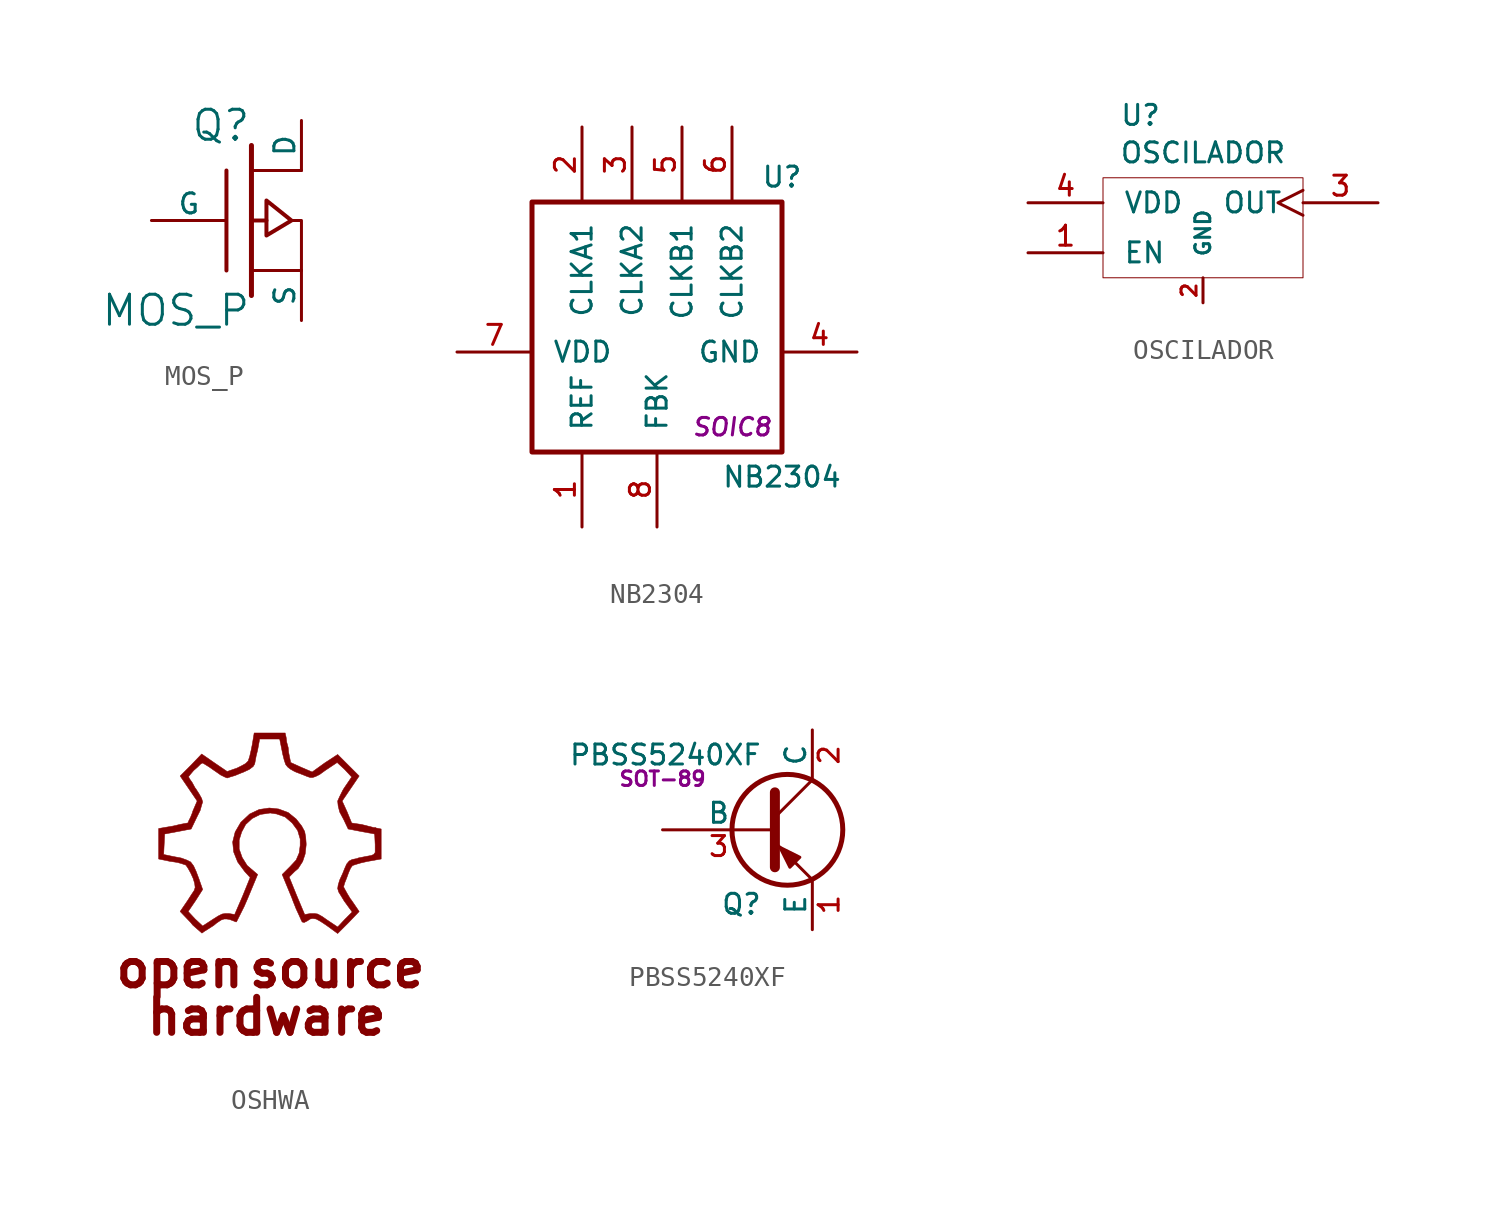
<source format=kicad_sym>
(kicad_symbol_lib
  (version 20231120)
  (generator "kicad_symbol_editor")
  (generator_version "8.0")
  (symbol "MOS_P"
    (pin_numbers hide)
    (pin_names
      (offset 0))
    (property "Reference" "Q"
      (at 0 4.826 0)
      (effects (font (size 1.524 1.524)) (justify right)))
    (property "Value" "MOS_P"
      (at 0 -4.572 0)
      (effects (font (size 1.524 1.524)) (justify right)))
    (property "Footprint" ""
      (at 0 0 0)
      (effects (font (size 1.524 1.524))))
    (property "Datasheet" ""
      (at 0 0 0)
      (effects (font (size 1.524 1.524))))
    (symbol "MOS_P_0_1"
      (polyline (pts (xy -1.27 -2.54) (xy -1.27 2.54)) (stroke (width 0.203) (type solid)) (fill (type none)))
      (polyline (pts (xy 0 -3.81) (xy 0 3.81)) (stroke (width 0.254) (type solid)) (fill (type none)))
      (polyline (pts (xy 0.762 0) (xy 0 0)) (stroke (width 0.203) (type solid)) (fill (type none)))
      (polyline (pts (xy 2.54 -2.54) (xy 0 -2.54)) (stroke (width 0) (type solid)) (fill (type none)))
      (polyline (pts (xy 2.54 2.54) (xy 0 2.54)) (stroke (width 0) (type solid)) (fill (type none)))
      (polyline (pts (xy 2.032 0) (xy 2.54 0) (xy 2.54 -2.54)) (stroke (width 0) (type solid)) (fill (type none)))
      (polyline (pts (xy 0.762 1.016) (xy 0.762 -0.762) (xy 2.032 0) (xy 0.762 1.016) (xy 0.762 1.016)) (stroke (width 0.203) (type solid)) (fill (type none))))
    (symbol "MOS_P_1_1"
      (pin passive line (at -5.08 0 0) (length 3.81) (name "G" (effects (font (size 1.016 1.016)))) (number "1" (effects (font (size 1.016 1.016)))))
      (pin passive line (at 2.54 -5.08 90) (length 2.54) (name "S" (effects (font (size 1.016 1.016)))) (number "2" (effects (font (size 1.016 1.016)))))
      (pin passive line (at 2.54 5.08 270) (length 2.54) (name "D" (effects (font (size 1.016 1.016)))) (number "3" (effects (font (size 1.016 1.016)))))))
  (symbol "NB2304"
    (pin_names
      (offset 1.016))
    (property "Reference" "U"
      (at 6.35 6.35 0)
      (effects (font (size 1.016 1.016))))
    (property "Value" "NB2304"
      (at 6.35 -8.89 0)
      (effects (font (size 1.016 1.016))))
    (property "Footprint" "SOIC8"
      (at 3.81 -6.35 0)
      (effects (font (size 0.889 0.889) (italic yes))))
    (property "Datasheet" ""
      (at 0 0 0)
      (effects (font (size 1.524 1.524))))
    (symbol "NB2304_0_1"
      (rectangle (start -6.35 5.08) (end 6.35 -7.62) (stroke (width 0.254) (type solid)) (fill (type none))))
    (symbol "NB2304_1_1"
      (pin input line (at -3.81 -11.43 90) (length 3.81) (name "REF" (effects (font (size 1.016 1.016)))) (number "1" (effects (font (size 1.016 1.016)))))
      (pin output line (at -3.81 8.89 270) (length 3.81) (name "CLKA1" (effects (font (size 1.016 1.016)))) (number "2" (effects (font (size 1.016 1.016)))))
      (pin output line (at -1.27 8.89 270) (length 3.81) (name "CLKA2" (effects (font (size 1.016 1.016)))) (number "3" (effects (font (size 1.016 1.016)))))
      (pin power_in line (at 10.16 -2.54 180) (length 3.81) (name "GND" (effects (font (size 1.016 1.016)))) (number "4" (effects (font (size 1.016 1.016)))))
      (pin output line (at 1.27 8.89 270) (length 3.81) (name "CLKB1" (effects (font (size 1.016 1.016)))) (number "5" (effects (font (size 1.016 1.016)))))
      (pin output line (at 3.81 8.89 270) (length 3.81) (name "CLKB2" (effects (font (size 1.016 1.016)))) (number "6" (effects (font (size 1.016 1.016)))))
      (pin power_in line (at -10.16 -2.54 0) (length 3.81) (name "VDD" (effects (font (size 1.016 1.016)))) (number "7" (effects (font (size 1.016 1.016)))))
      (pin input line (at 0 -11.43 90) (length 3.81) (name "FBK" (effects (font (size 1.016 1.016)))) (number "8" (effects (font (size 1.016 1.016)))))))
  (symbol "OSCILADOR"
    (pin_names
      (offset 1.016))
    (property "Reference" "U"
      (at -3.175 5.715 0)
      (effects (font (size 1.016 1.016))))
    (property "Value" "OSCILADOR"
      (at 0 3.81 0)
      (effects (font (size 1.016 1.016))))
    (property "Footprint" ""
      (at 0 0 0)
      (effects (font (size 1.524 1.524))))
    (property "Datasheet" ""
      (at 0 0 0)
      (effects (font (size 1.524 1.524))))
    (symbol "OSCILADOR_0_1"
      (rectangle (start 5.08 2.54) (end -5.08 -2.54) (stroke (width 0.051) (type solid)) (fill (type none))))
    (symbol "OSCILADOR_1_1"
      (pin input line (at -8.89 -1.27 0) (length 3.81) (name "EN" (effects (font (size 1.016 1.016)))) (number "1" (effects (font (size 1.016 1.016)))))
      (pin power_in line (at 0 -3.81 90) (length 1.27) (name "GND" (effects (font (size 0.762 0.762)))) (number "2" (effects (font (size 0.762 0.762)))))
      (pin output clock (at 8.89 1.27 180) (length 3.81) (name "OUT" (effects (font (size 1.016 1.016)))) (number "3" (effects (font (size 1.016 1.016)))))
      (pin power_in line (at -8.89 1.27 0) (length 3.81) (name "VDD" (effects (font (size 1.016 1.016)))) (number "4" (effects (font (size 1.016 1.016)))))))
  (symbol "OSHWA"
    (pin_names
      (offset 1.016))
    (property "Reference" "#G"
      (at -0.762 10.16 0)
      (effects (font (size 1.524 1.524)) (hide yes)))
    (property "Footprint" ""
      (at 0 0 0)
      (effects (font (size 1.524 1.524))))
    (property "Datasheet" ""
      (at 0 0 0)
      (effects (font (size 1.524 1.524))))
    (symbol "OSHWA_0_0"
      (polyline (pts (xy 5.791 2.667) (xy 5.537 2.718) (xy 5.486 2.743) (xy 5.486 1.88) (xy 5.486 1.829) (xy 5.486 1.6) (xy 5.486 1.473) (xy 5.41 1.372) (xy 5.283 1.321) (xy 5.004 1.27) (xy 4.623 1.194) (xy 4.572 1.168) (xy 4.318 1.118) (xy 4.166 1.041) (xy 4.039 0.889) (xy 3.937 0.66) (xy 3.835 0.406) (xy 3.683 0.076) (xy 3.607 -0.178) (xy 3.581 -0.356) (xy 3.632 -0.533) (xy 3.759 -0.737) (xy 3.912 -0.991) (xy 4.318 -1.549) (xy 3.937 -1.93) (xy 3.581 -2.311) (xy 3.048 -1.956) (xy 2.794 -1.778) (xy 2.565 -1.651) (xy 2.388 -1.626) (xy 2.21 -1.626) (xy 1.905 -1.676) (xy 1.499 -0.711) (xy 1.118 0.229) (xy 1.397 0.508) (xy 1.575 0.66) (xy 1.803 1.016) (xy 1.93 1.397) (xy 1.981 1.854) (xy 1.981 1.93) (xy 1.956 2.261) (xy 1.905 2.54) (xy 1.753 2.819) (xy 1.473 3.175) (xy 1.067 3.505) (xy 0.584 3.683) (xy 0.102 3.734) (xy -0.406 3.658) (xy -0.889 3.429) (xy -1.295 3.048) (xy -1.346 2.997) (xy -1.626 2.515) (xy -1.753 2.007) (xy -1.702 1.499) (xy -1.499 0.991) (xy -1.143 0.508) (xy -0.864 0.203) (xy -1.245 -0.737) (xy -1.651 -1.676) (xy -1.956 -1.626) (xy -2.108 -1.626) (xy -2.286 -1.651) (xy -2.489 -1.753) (xy -2.769 -1.93) (xy -3.277 -2.261) (xy -3.658 -1.905) (xy -4.013 -1.524) (xy -3.632 -0.965) (xy -3.277 -0.406) (xy -3.429 0.025) (xy -3.454 0.102) (xy -3.607 0.508) (xy -3.734 0.787) (xy -3.886 0.991) (xy -4.089 1.092) (xy -4.369 1.194) (xy -4.775 1.27) (xy -5.258 1.372) (xy -5.232 1.905) (xy -5.207 2.413) (xy -4.521 2.54) (xy -3.861 2.667) (xy -3.581 3.251) (xy -3.556 3.302) (xy -3.404 3.607) (xy -3.327 3.886) (xy -3.277 4.039) (xy -3.327 4.216) (xy -3.454 4.445) (xy -3.632 4.724) (xy -3.658 4.75) (xy -3.81 5.029) (xy -3.937 5.207) (xy -3.988 5.309) (xy -3.988 5.334) (xy -3.886 5.461) (xy -3.734 5.639) (xy -3.531 5.817) (xy -3.378 5.969) (xy -3.277 6.02) (xy -3.15 5.944) (xy -2.946 5.817) (xy -2.692 5.639) (xy -2.616 5.588) (xy -2.362 5.41) (xy -2.159 5.309) (xy -2.032 5.258) (xy -1.88 5.309) (xy -1.626 5.385) (xy -1.321 5.512) (xy -1.245 5.537) (xy -0.914 5.69) (xy -0.711 5.842) (xy -0.635 5.969) (xy -0.61 6.096) (xy -0.559 6.375) (xy -0.483 6.68) (xy -0.381 7.239) (xy 0.127 7.239) (xy 0.635 7.239) (xy 0.737 6.731) (xy 0.787 6.477) (xy 0.864 6.172) (xy 0.94 5.944) (xy 1.041 5.817) (xy 1.168 5.715) (xy 1.346 5.613) (xy 1.448 5.563) (xy 1.778 5.436) (xy 2.032 5.334) (xy 2.184 5.283) (xy 2.311 5.283) (xy 2.464 5.334) (xy 2.667 5.436) (xy 2.946 5.639) (xy 3.556 6.045) (xy 3.937 5.69) (xy 4.293 5.309) (xy 3.912 4.75) (xy 3.835 4.623) (xy 3.683 4.318) (xy 3.581 4.089) (xy 3.607 3.835) (xy 3.683 3.531) (xy 3.886 3.15) (xy 4.115 2.667) (xy 4.775 2.54) (xy 5.461 2.413) (xy 5.486 1.88) (xy 5.486 2.743) (xy 5.41 2.743) (xy 5.105 2.819) (xy 4.801 2.896) (xy 4.293 2.972) (xy 4.064 3.531) (xy 3.81 4.089) (xy 4.242 4.724) (xy 4.674 5.359) (xy 4.115 5.918) (xy 3.581 6.452) (xy 2.921 6.02) (xy 2.286 5.563) (xy 1.753 5.791) (xy 1.194 6.045) (xy 1.092 6.553) (xy 1.067 6.807) (xy 0.991 7.087) (xy 0.965 7.315) (xy 0.914 7.544) (xy 0.127 7.544) (xy -0.66 7.544) (xy -0.762 6.934) (xy -0.813 6.68) (xy -0.889 6.35) (xy -0.965 6.121) (xy -1.092 5.994) (xy -1.27 5.893) (xy -1.524 5.766) (xy -2.032 5.588) (xy -2.667 6.02) (xy -3.327 6.477) (xy -3.861 5.918) (xy -4.42 5.359) (xy -3.988 4.724) (xy -3.556 4.089) (xy -3.785 3.556) (xy -3.785 3.531) (xy -3.886 3.277) (xy -3.988 3.073) (xy -4.013 2.997) (xy -4.039 2.972) (xy -4.191 2.946) (xy -4.445 2.896) (xy -4.775 2.819) (xy -5.512 2.692) (xy -5.512 1.905) (xy -5.512 1.143) (xy -4.902 1.016) (xy -4.877 1.016) (xy -4.547 0.965) (xy -4.293 0.889) (xy -4.14 0.838) (xy -4.115 0.813) (xy -4.013 0.66) (xy -3.886 0.432) (xy -3.759 0.152) (xy -3.683 -0.102) (xy -3.658 -0.305) (xy -3.708 -0.457) (xy -3.861 -0.686) (xy -4.039 -0.965) (xy -4.42 -1.524) (xy -3.886 -2.083) (xy -3.785 -2.21) (xy -3.556 -2.413) (xy -3.378 -2.565) (xy -3.327 -2.616) (xy -3.302 -2.616) (xy -3.2 -2.54) (xy -2.997 -2.413) (xy -2.718 -2.235) (xy -2.565 -2.108) (xy -2.337 -1.956) (xy -2.184 -1.905) (xy -2.057 -1.905) (xy -1.905 -1.93) (xy -1.702 -2.007) (xy -1.575 -2.057) (xy -1.549 -2.032) (xy -1.473 -1.88) (xy -1.346 -1.626) (xy -1.168 -1.27) (xy -0.991 -0.864) (xy -0.483 0.356) (xy -0.838 0.66) (xy -1.016 0.813) (xy -1.27 1.219) (xy -1.422 1.651) (xy -1.422 2.108) (xy -1.295 2.515) (xy -1.092 2.896) (xy -0.762 3.2) (xy -0.356 3.404) (xy 0.152 3.48) (xy 0.483 3.429) (xy 0.914 3.277) (xy 1.27 2.972) (xy 1.549 2.591) (xy 1.676 2.159) (xy 1.676 1.829) (xy 1.626 1.448) (xy 1.473 1.092) (xy 1.168 0.762) (xy 0.762 0.356) (xy 1.245 -0.813) (xy 1.321 -1.016) (xy 1.473 -1.397) (xy 1.626 -1.727) (xy 1.727 -1.956) (xy 1.778 -2.057) (xy 1.88 -2.083) (xy 2.032 -2.007) (xy 2.184 -1.905) (xy 2.311 -1.88) (xy 2.489 -1.905) (xy 2.718 -2.032) (xy 3.023 -2.235) (xy 3.581 -2.642) (xy 4.14 -2.083) (xy 4.674 -1.524) (xy 4.293 -0.965) (xy 4.216 -0.864) (xy 4.064 -0.61) (xy 3.937 -0.381) (xy 3.886 -0.279) (xy 3.886 -0.254) (xy 3.937 -0.076) (xy 4.039 0.178) (xy 4.14 0.457) (xy 4.242 0.686) (xy 4.318 0.787) (xy 4.343 0.813) (xy 4.496 0.864) (xy 4.75 0.94) (xy 5.08 1.016) (xy 5.791 1.143) (xy 5.791 1.905) (xy 5.791 2.667) (xy 5.791 2.667)) (stroke (width 0.025) (type solid)) (fill (type outline)))
      (text "hardware" (at -0.025 -6.858 0) (effects (font (size 1.778 1.778) (bold yes))))
      (text "open" (at -4.445 -4.445 0) (effects (font (size 1.778 1.778) (bold yes))))
      (text "source" (at 3.556 -4.445 0) (effects (font (size 1.778 1.778) (bold yes))))))
  (symbol "PBSS5240XF"
    (pin_names
      (offset 0))
    (property "Reference" "Q"
      (at 0 -3.785 0)
      (effects (font (size 1.016 1.016)) (justify right)))
    (property "Value" "PBSS5240XF"
      (at 0 3.81 0)
      (effects (font (size 1.016 1.016)) (justify right)))
    (property "Footprint" "SOT-89"
      (at -5.08 2.591 0)
      (effects (font (size 0.737 0.737))))
    (property "Datasheet" ""
      (at 0 0 0)
      (effects (font (size 1.524 1.524))))
    (symbol "PBSS5240XF_0_1"
      (polyline (pts (xy 2.54 2.54) (xy 0.635 0.635)) (stroke (width 0) (type solid)) (fill (type none)))
      (polyline (pts (xy 0.635 -0.635) (xy 2.54 -2.54) (xy 2.54 -2.54)) (stroke (width 0) (type solid)) (fill (type none)))
      (polyline (pts (xy 0.635 1.905) (xy 0.635 -1.905) (xy 0.635 -1.905)) (stroke (width 0.508) (type solid)) (fill (type none)))
      (polyline (pts (xy 1.905 -1.397) (xy 1.397 -1.905) (xy 0.889 -0.889) (xy 1.905 -1.397) (xy 1.905 -1.397)) (stroke (width 0) (type solid)) (fill (type outline)))
      (circle (center 1.27 0) (radius 2.819) (stroke (width 0.254) (type solid)) (fill (type none))))
    (symbol "PBSS5240XF_1_1"
      (pin passive line (at 2.54 -5.08 90) (length 2.54) (name "E" (effects (font (size 1.016 1.016)))) (number "1" (effects (font (size 1.016 1.016)))))
      (pin passive line (at 2.54 5.08 270) (length 2.54) (name "C" (effects (font (size 1.016 1.016)))) (number "2" (effects (font (size 1.016 1.016)))))
      (pin input line (at -5.08 0 0) (length 5.715) (name "B" (effects (font (size 1.016 1.016)))) (number "3" (effects (font (size 1.016 1.016))))))))
</source>
